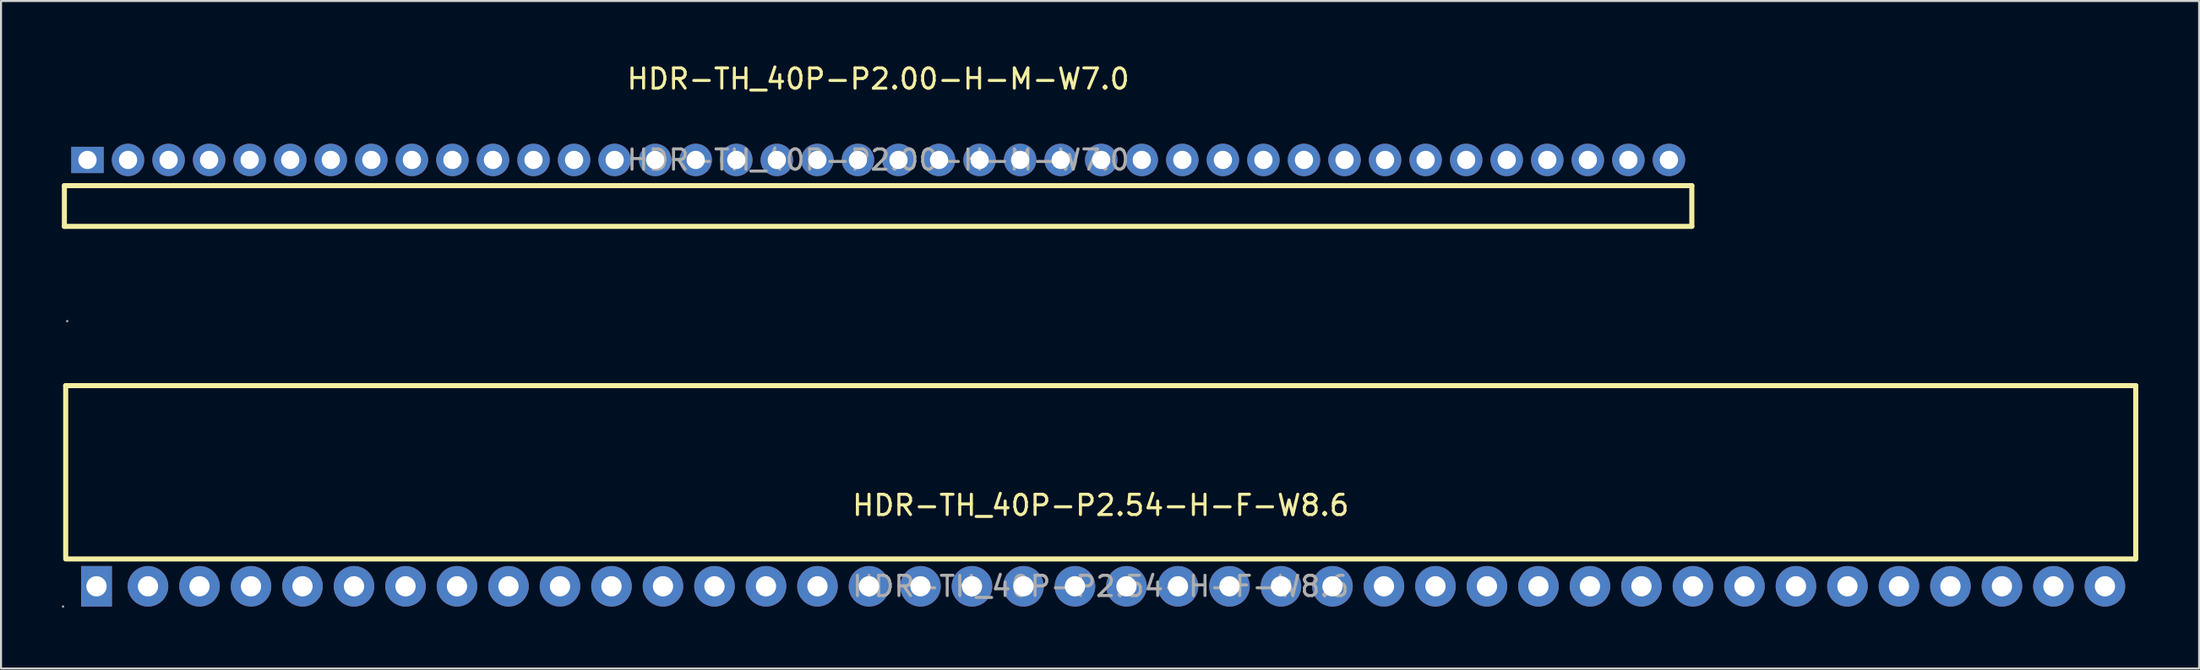
<source format=kicad_pcb>
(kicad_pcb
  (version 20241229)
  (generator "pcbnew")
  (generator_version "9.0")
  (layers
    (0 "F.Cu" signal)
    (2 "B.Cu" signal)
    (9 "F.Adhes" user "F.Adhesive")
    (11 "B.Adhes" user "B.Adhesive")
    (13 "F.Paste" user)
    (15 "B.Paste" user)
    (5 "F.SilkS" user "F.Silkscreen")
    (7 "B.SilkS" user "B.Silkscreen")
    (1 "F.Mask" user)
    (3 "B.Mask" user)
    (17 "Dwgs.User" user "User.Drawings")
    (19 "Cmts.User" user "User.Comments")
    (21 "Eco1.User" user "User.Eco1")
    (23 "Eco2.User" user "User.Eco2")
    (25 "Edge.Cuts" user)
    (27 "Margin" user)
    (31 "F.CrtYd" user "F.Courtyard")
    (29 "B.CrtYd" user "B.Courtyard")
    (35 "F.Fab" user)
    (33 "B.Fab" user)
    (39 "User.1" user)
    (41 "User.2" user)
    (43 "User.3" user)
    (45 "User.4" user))
  (footprint "HDR-TH_40P-P2.00-H-M-W7.0"
    (layer "F.Cu")
    (at 40.265 4.848)
    (property "Reference" "HDR-TH_40P-P2.00-H-M-W7.0" (at 0 -4 0) (layer "F.SilkS") (effects (font (size 1 1) (thickness 0.15))))
    (attr through_hole)
    (fp_line (start -40.14 1.27) (end -40.14 3.28) (stroke (width 0.25) (type solid)) (layer "F.SilkS"))
    (fp_line (start -40.14 1.27) (end 40.13 1.27) (stroke (width 0.25) (type solid)) (layer "F.SilkS"))
    (fp_line (start -40.14 3.28) (end 40.13 3.28) (stroke (width 0.25) (type solid)) (layer "F.SilkS"))
    (fp_line (start 40.13 1.27) (end 40.13 3.28) (stroke (width 0.25) (type solid)) (layer "F.SilkS"))
    (fp_circle (center -40 7.96) (end -39.97 7.96) (stroke (width 0.06) (type solid)) (fill no) (layer "F.Fab"))
    (fp_text user "${REFERENCE}" (at 0 0 0) (layer "F.Fab") (effects (font (size 1 1) (thickness 0.15))))
    (pad "1" thru_hole rect (at -39 0) (size 1.6 1.3) (drill 0.9) (layers "*.Cu" "*.Paste" "*.Mask"))
    (pad "2" thru_hole circle (at -37 0) (size 1.6 1.6) (drill 0.9) (layers "*.Cu" "*.Paste" "*.Mask"))
    (pad "3" thru_hole circle (at -35 0) (size 1.6 1.6) (drill 0.9) (layers "*.Cu" "*.Paste" "*.Mask"))
    (pad "4" thru_hole circle (at -33 0) (size 1.6 1.6) (drill 0.9) (layers "*.Cu" "*.Paste" "*.Mask"))
    (pad "5" thru_hole circle (at -31 0) (size 1.6 1.6) (drill 0.9) (layers "*.Cu" "*.Paste" "*.Mask"))
    (pad "6" thru_hole circle (at -29 0) (size 1.6 1.6) (drill 0.9) (layers "*.Cu" "*.Paste" "*.Mask"))
    (pad "7" thru_hole circle (at -27 0) (size 1.6 1.6) (drill 0.9) (layers "*.Cu" "*.Paste" "*.Mask"))
    (pad "8" thru_hole circle (at -25 0) (size 1.6 1.6) (drill 0.9) (layers "*.Cu" "*.Paste" "*.Mask"))
    (pad "9" thru_hole circle (at -23 0) (size 1.6 1.6) (drill 0.9) (layers "*.Cu" "*.Paste" "*.Mask"))
    (pad "10" thru_hole circle (at -21 0) (size 1.6 1.6) (drill 0.9) (layers "*.Cu" "*.Paste" "*.Mask"))
    (pad "11" thru_hole circle (at -19 0) (size 1.6 1.6) (drill 0.9) (layers "*.Cu" "*.Paste" "*.Mask"))
    (pad "12" thru_hole circle (at -17 0) (size 1.6 1.6) (drill 0.9) (layers "*.Cu" "*.Paste" "*.Mask"))
    (pad "13" thru_hole circle (at -15 0) (size 1.6 1.6) (drill 0.9) (layers "*.Cu" "*.Paste" "*.Mask"))
    (pad "14" thru_hole circle (at -13 0) (size 1.6 1.6) (drill 0.9) (layers "*.Cu" "*.Paste" "*.Mask"))
    (pad "15" thru_hole circle (at -11 0) (size 1.6 1.6) (drill 0.9) (layers "*.Cu" "*.Paste" "*.Mask"))
    (pad "16" thru_hole circle (at -9 0) (size 1.6 1.6) (drill 0.9) (layers "*.Cu" "*.Paste" "*.Mask"))
    (pad "17" thru_hole circle (at -7 0) (size 1.6 1.6) (drill 0.9) (layers "*.Cu" "*.Paste" "*.Mask"))
    (pad "18" thru_hole circle (at -5 0) (size 1.6 1.6) (drill 0.9) (layers "*.Cu" "*.Paste" "*.Mask"))
    (pad "19" thru_hole circle (at -3 0) (size 1.6 1.6) (drill 0.9) (layers "*.Cu" "*.Paste" "*.Mask"))
    (pad "20" thru_hole circle (at -1 0) (size 1.6 1.6) (drill 0.9) (layers "*.Cu" "*.Paste" "*.Mask"))
    (pad "21" thru_hole circle (at 1 0) (size 1.6 1.6) (drill 0.9) (layers "*.Cu" "*.Paste" "*.Mask"))
    (pad "22" thru_hole circle (at 3 0) (size 1.6 1.6) (drill 0.9) (layers "*.Cu" "*.Paste" "*.Mask"))
    (pad "23" thru_hole circle (at 5 0) (size 1.6 1.6) (drill 0.9) (layers "*.Cu" "*.Paste" "*.Mask"))
    (pad "24" thru_hole circle (at 7 0) (size 1.6 1.6) (drill 0.9) (layers "*.Cu" "*.Paste" "*.Mask"))
    (pad "25" thru_hole circle (at 9 0) (size 1.6 1.6) (drill 0.9) (layers "*.Cu" "*.Paste" "*.Mask"))
    (pad "26" thru_hole circle (at 11 0) (size 1.6 1.6) (drill 0.9) (layers "*.Cu" "*.Paste" "*.Mask"))
    (pad "27" thru_hole circle (at 13 0) (size 1.6 1.6) (drill 0.9) (layers "*.Cu" "*.Paste" "*.Mask"))
    (pad "28" thru_hole circle (at 15 0) (size 1.6 1.6) (drill 0.9) (layers "*.Cu" "*.Paste" "*.Mask"))
    (pad "29" thru_hole circle (at 17 0) (size 1.6 1.6) (drill 0.9) (layers "*.Cu" "*.Paste" "*.Mask"))
    (pad "30" thru_hole circle (at 19 0) (size 1.6 1.6) (drill 0.9) (layers "*.Cu" "*.Paste" "*.Mask"))
    (pad "31" thru_hole circle (at 21 0) (size 1.6 1.6) (drill 0.9) (layers "*.Cu" "*.Paste" "*.Mask"))
    (pad "32" thru_hole circle (at 23 0) (size 1.6 1.6) (drill 0.9) (layers "*.Cu" "*.Paste" "*.Mask"))
    (pad "33" thru_hole circle (at 25 0) (size 1.6 1.6) (drill 0.9) (layers "*.Cu" "*.Paste" "*.Mask"))
    (pad "34" thru_hole circle (at 27 0) (size 1.6 1.6) (drill 0.9) (layers "*.Cu" "*.Paste" "*.Mask"))
    (pad "35" thru_hole circle (at 29 0) (size 1.6 1.6) (drill 0.9) (layers "*.Cu" "*.Paste" "*.Mask"))
    (pad "36" thru_hole circle (at 31 0) (size 1.6 1.6) (drill 0.9) (layers "*.Cu" "*.Paste" "*.Mask"))
    (pad "37" thru_hole circle (at 33 0) (size 1.6 1.6) (drill 0.9) (layers "*.Cu" "*.Paste" "*.Mask"))
    (pad "38" thru_hole circle (at 35 0) (size 1.6 1.6) (drill 0.9) (layers "*.Cu" "*.Paste" "*.Mask"))
    (pad "39" thru_hole circle (at 37 0) (size 1.6 1.6) (drill 0.9) (layers "*.Cu" "*.Paste" "*.Mask"))
    (pad "40" thru_hole circle (at 39 0) (size 1.6 1.6) (drill 0.9) (layers "*.Cu" "*.Paste" "*.Mask")))
  (footprint "HDR-TH_40P-P2.54-H-F-W8.6"
    (layer "F.Cu")
    (at 51.24 25.903)
    (property "Reference" "HDR-TH_40P-P2.54-H-F-W8.6" (at 0 -4 0) (layer "F.SilkS") (effects (font (size 1 1) (thickness 0.15))))
    (attr through_hole)
    (fp_line (start -51.05 -9.91) (end -51.05 -1.44) (stroke (width 0.25) (type solid)) (layer "F.SilkS"))
    (fp_line (start -51.05 -9.91) (end 51.05 -9.91) (stroke (width 0.25) (type solid)) (layer "F.SilkS"))
    (fp_line (start -51.05 -1.35) (end 51.05 -1.35) (stroke (width 0.25) (type solid)) (layer "F.SilkS"))
    (fp_line (start 51.05 -9.91) (end 51.05 -1.35) (stroke (width 0.25) (type solid)) (layer "F.SilkS"))
    (fp_circle (center -51.18 1) (end -51.15 1) (stroke (width 0.06) (type solid)) (fill no) (layer "F.Fab"))
    (fp_circle (center -49.53 0) (end -49.33 0) (stroke (width 0.4) (type solid)) (fill no) (layer "F.Fab"))
    (fp_circle (center -46.99 0) (end -46.79 0) (stroke (width 0.4) (type solid)) (fill no) (layer "F.Fab"))
    (fp_circle (center -44.45 0) (end -44.25 0) (stroke (width 0.4) (type solid)) (fill no) (layer "F.Fab"))
    (fp_circle (center -41.91 0) (end -41.71 0) (stroke (width 0.4) (type solid)) (fill no) (layer "F.Fab"))
    (fp_circle (center -39.37 0) (end -39.17 0) (stroke (width 0.4) (type solid)) (fill no) (layer "F.Fab"))
    (fp_circle (center -36.83 0) (end -36.63 0) (stroke (width 0.4) (type solid)) (fill no) (layer "F.Fab"))
    (fp_circle (center -34.29 0) (end -34.09 0) (stroke (width 0.4) (type solid)) (fill no) (layer "F.Fab"))
    (fp_circle (center -31.75 0) (end -31.55 0) (stroke (width 0.4) (type solid)) (fill no) (layer "F.Fab"))
    (fp_circle (center -29.21 0) (end -29.01 0) (stroke (width 0.4) (type solid)) (fill no) (layer "F.Fab"))
    (fp_circle (center -26.67 0) (end -26.47 0) (stroke (width 0.4) (type solid)) (fill no) (layer "F.Fab"))
    (fp_circle (center -24.13 0) (end -23.93 0) (stroke (width 0.4) (type solid)) (fill no) (layer "F.Fab"))
    (fp_circle (center -21.59 0) (end -21.39 0) (stroke (width 0.4) (type solid)) (fill no) (layer "F.Fab"))
    (fp_circle (center -19.05 0) (end -18.85 0) (stroke (width 0.4) (type solid)) (fill no) (layer "F.Fab"))
    (fp_circle (center -16.51 0) (end -16.31 0) (stroke (width 0.4) (type solid)) (fill no) (layer "F.Fab"))
    (fp_circle (center -13.97 0) (end -13.77 0) (stroke (width 0.4) (type solid)) (fill no) (layer "F.Fab"))
    (fp_circle (center -11.43 0) (end -11.23 0) (stroke (width 0.4) (type solid)) (fill no) (layer "F.Fab"))
    (fp_circle (center -8.89 0) (end -8.69 0) (stroke (width 0.4) (type solid)) (fill no) (layer "F.Fab"))
    (fp_circle (center -6.35 0) (end -6.15 0) (stroke (width 0.4) (type solid)) (fill no) (layer "F.Fab"))
    (fp_circle (center -3.81 0) (end -3.61 0) (stroke (width 0.4) (type solid)) (fill no) (layer "F.Fab"))
    (fp_circle (center -1.27 0) (end -1.07 0) (stroke (width 0.4) (type solid)) (fill no) (layer "F.Fab"))
    (fp_circle (center 1.27 0) (end 1.47 0) (stroke (width 0.4) (type solid)) (fill no) (layer "F.Fab"))
    (fp_circle (center 3.81 0) (end 4.01 0) (stroke (width 0.4) (type solid)) (fill no) (layer "F.Fab"))
    (fp_circle (center 6.35 0) (end 6.55 0) (stroke (width 0.4) (type solid)) (fill no) (layer "F.Fab"))
    (fp_circle (center 8.89 0) (end 9.09 0) (stroke (width 0.4) (type solid)) (fill no) (layer "F.Fab"))
    (fp_circle (center 11.43 0) (end 11.63 0) (stroke (width 0.4) (type solid)) (fill no) (layer "F.Fab"))
    (fp_circle (center 13.97 0) (end 14.17 0) (stroke (width 0.4) (type solid)) (fill no) (layer "F.Fab"))
    (fp_circle (center 16.51 0) (end 16.71 0) (stroke (width 0.4) (type solid)) (fill no) (layer "F.Fab"))
    (fp_circle (center 19.05 0) (end 19.25 0) (stroke (width 0.4) (type solid)) (fill no) (layer "F.Fab"))
    (fp_circle (center 21.59 0) (end 21.79 0) (stroke (width 0.4) (type solid)) (fill no) (layer "F.Fab"))
    (fp_circle (center 24.13 0) (end 24.33 0) (stroke (width 0.4) (type solid)) (fill no) (layer "F.Fab"))
    (fp_circle (center 26.67 0) (end 26.87 0) (stroke (width 0.4) (type solid)) (fill no) (layer "F.Fab"))
    (fp_circle (center 29.21 0) (end 29.41 0) (stroke (width 0.4) (type solid)) (fill no) (layer "F.Fab"))
    (fp_circle (center 31.75 0) (end 31.95 0) (stroke (width 0.4) (type solid)) (fill no) (layer "F.Fab"))
    (fp_circle (center 34.29 0) (end 34.49 0) (stroke (width 0.4) (type solid)) (fill no) (layer "F.Fab"))
    (fp_circle (center 36.83 0) (end 37.03 0) (stroke (width 0.4) (type solid)) (fill no) (layer "F.Fab"))
    (fp_circle (center 39.37 0) (end 39.57 0) (stroke (width 0.4) (type solid)) (fill no) (layer "F.Fab"))
    (fp_circle (center 41.91 0) (end 42.11 0) (stroke (width 0.4) (type solid)) (fill no) (layer "F.Fab"))
    (fp_circle (center 44.45 0) (end 44.65 0) (stroke (width 0.4) (type solid)) (fill no) (layer "F.Fab"))
    (fp_circle (center 46.99 0) (end 47.19 0) (stroke (width 0.4) (type solid)) (fill no) (layer "F.Fab"))
    (fp_circle (center 49.53 0) (end 49.73 0) (stroke (width 0.4) (type solid)) (fill no) (layer "F.Fab"))
    (fp_text user "${REFERENCE}" (at 0 0 0) (layer "F.Fab") (effects (font (size 1 1) (thickness 0.15))))
    (pad "1" thru_hole rect (at -49.53 0) (size 1.52 2) (drill 1) (layers "*.Cu" "*.Paste" "*.Mask"))
    (pad "2" thru_hole circle (at -46.99 0) (size 2 2) (drill 1) (layers "*.Cu" "*.Paste" "*.Mask"))
    (pad "3" thru_hole circle (at -44.45 0) (size 2 2) (drill 1) (layers "*.Cu" "*.Paste" "*.Mask"))
    (pad "4" thru_hole circle (at -41.91 0) (size 2 2) (drill 1) (layers "*.Cu" "*.Paste" "*.Mask"))
    (pad "5" thru_hole circle (at -39.37 0) (size 2 2) (drill 1) (layers "*.Cu" "*.Paste" "*.Mask"))
    (pad "6" thru_hole circle (at -36.83 0) (size 2 2) (drill 1) (layers "*.Cu" "*.Paste" "*.Mask"))
    (pad "7" thru_hole circle (at -34.29 0) (size 2 2) (drill 1) (layers "*.Cu" "*.Paste" "*.Mask"))
    (pad "8" thru_hole circle (at -31.75 0) (size 2 2) (drill 1) (layers "*.Cu" "*.Paste" "*.Mask"))
    (pad "9" thru_hole circle (at -29.21 0) (size 2 2) (drill 1) (layers "*.Cu" "*.Paste" "*.Mask"))
    (pad "10" thru_hole circle (at -26.67 0) (size 2 2) (drill 1) (layers "*.Cu" "*.Paste" "*.Mask"))
    (pad "11" thru_hole circle (at -24.13 0) (size 2 2) (drill 1) (layers "*.Cu" "*.Paste" "*.Mask"))
    (pad "12" thru_hole circle (at -21.59 0) (size 2 2) (drill 1) (layers "*.Cu" "*.Paste" "*.Mask"))
    (pad "13" thru_hole circle (at -19.05 0) (size 2 2) (drill 1) (layers "*.Cu" "*.Paste" "*.Mask"))
    (pad "14" thru_hole circle (at -16.51 0) (size 2 2) (drill 1) (layers "*.Cu" "*.Paste" "*.Mask"))
    (pad "15" thru_hole circle (at -13.97 0) (size 2 2) (drill 1) (layers "*.Cu" "*.Paste" "*.Mask"))
    (pad "16" thru_hole circle (at -11.43 0) (size 2 2) (drill 1) (layers "*.Cu" "*.Paste" "*.Mask"))
    (pad "17" thru_hole circle (at -8.89 0) (size 2 2) (drill 1) (layers "*.Cu" "*.Paste" "*.Mask"))
    (pad "18" thru_hole circle (at -6.35 0) (size 2 2) (drill 1) (layers "*.Cu" "*.Paste" "*.Mask"))
    (pad "19" thru_hole circle (at -3.81 0) (size 2 2) (drill 1) (layers "*.Cu" "*.Paste" "*.Mask"))
    (pad "20" thru_hole circle (at -1.27 0) (size 2 2) (drill 1) (layers "*.Cu" "*.Paste" "*.Mask"))
    (pad "21" thru_hole circle (at 1.27 0) (size 2 2) (drill 1) (layers "*.Cu" "*.Paste" "*.Mask"))
    (pad "22" thru_hole circle (at 3.81 0) (size 2 2) (drill 1) (layers "*.Cu" "*.Paste" "*.Mask"))
    (pad "23" thru_hole circle (at 6.35 0) (size 2 2) (drill 1) (layers "*.Cu" "*.Paste" "*.Mask"))
    (pad "24" thru_hole circle (at 8.89 0) (size 2 2) (drill 1) (layers "*.Cu" "*.Paste" "*.Mask"))
    (pad "25" thru_hole circle (at 11.43 0) (size 2 2) (drill 1) (layers "*.Cu" "*.Paste" "*.Mask"))
    (pad "26" thru_hole circle (at 13.97 0) (size 2 2) (drill 1) (layers "*.Cu" "*.Paste" "*.Mask"))
    (pad "27" thru_hole circle (at 16.51 0) (size 2 2) (drill 1) (layers "*.Cu" "*.Paste" "*.Mask"))
    (pad "28" thru_hole circle (at 19.05 0) (size 2 2) (drill 1) (layers "*.Cu" "*.Paste" "*.Mask"))
    (pad "29" thru_hole circle (at 21.59 0) (size 2 2) (drill 1) (layers "*.Cu" "*.Paste" "*.Mask"))
    (pad "30" thru_hole circle (at 24.13 0) (size 2 2) (drill 1) (layers "*.Cu" "*.Paste" "*.Mask"))
    (pad "31" thru_hole circle (at 26.67 0) (size 2 2) (drill 1) (layers "*.Cu" "*.Paste" "*.Mask"))
    (pad "32" thru_hole circle (at 29.21 0) (size 2 2) (drill 1) (layers "*.Cu" "*.Paste" "*.Mask"))
    (pad "33" thru_hole circle (at 31.75 0) (size 2 2) (drill 1) (layers "*.Cu" "*.Paste" "*.Mask"))
    (pad "34" thru_hole circle (at 34.29 0) (size 2 2) (drill 1) (layers "*.Cu" "*.Paste" "*.Mask"))
    (pad "35" thru_hole circle (at 36.83 0) (size 2 2) (drill 1) (layers "*.Cu" "*.Paste" "*.Mask"))
    (pad "36" thru_hole circle (at 39.37 0) (size 2 2) (drill 1) (layers "*.Cu" "*.Paste" "*.Mask"))
    (pad "37" thru_hole circle (at 41.91 0) (size 2 2) (drill 1) (layers "*.Cu" "*.Paste" "*.Mask"))
    (pad "38" thru_hole circle (at 44.45 0) (size 2 2) (drill 1) (layers "*.Cu" "*.Paste" "*.Mask"))
    (pad "39" thru_hole circle (at 46.99 0) (size 2 2) (drill 1) (layers "*.Cu" "*.Paste" "*.Mask"))
    (pad "40" thru_hole circle (at 49.53 0) (size 2 2) (drill 1) (layers "*.Cu" "*.Paste" "*.Mask")))
  (gr_rect
    (start -3 -3)
    (end 105.415 29.963)
    (stroke (width 0.1) (type default))
    (fill no)
    (layer "Edge.Cuts")))
</source>
